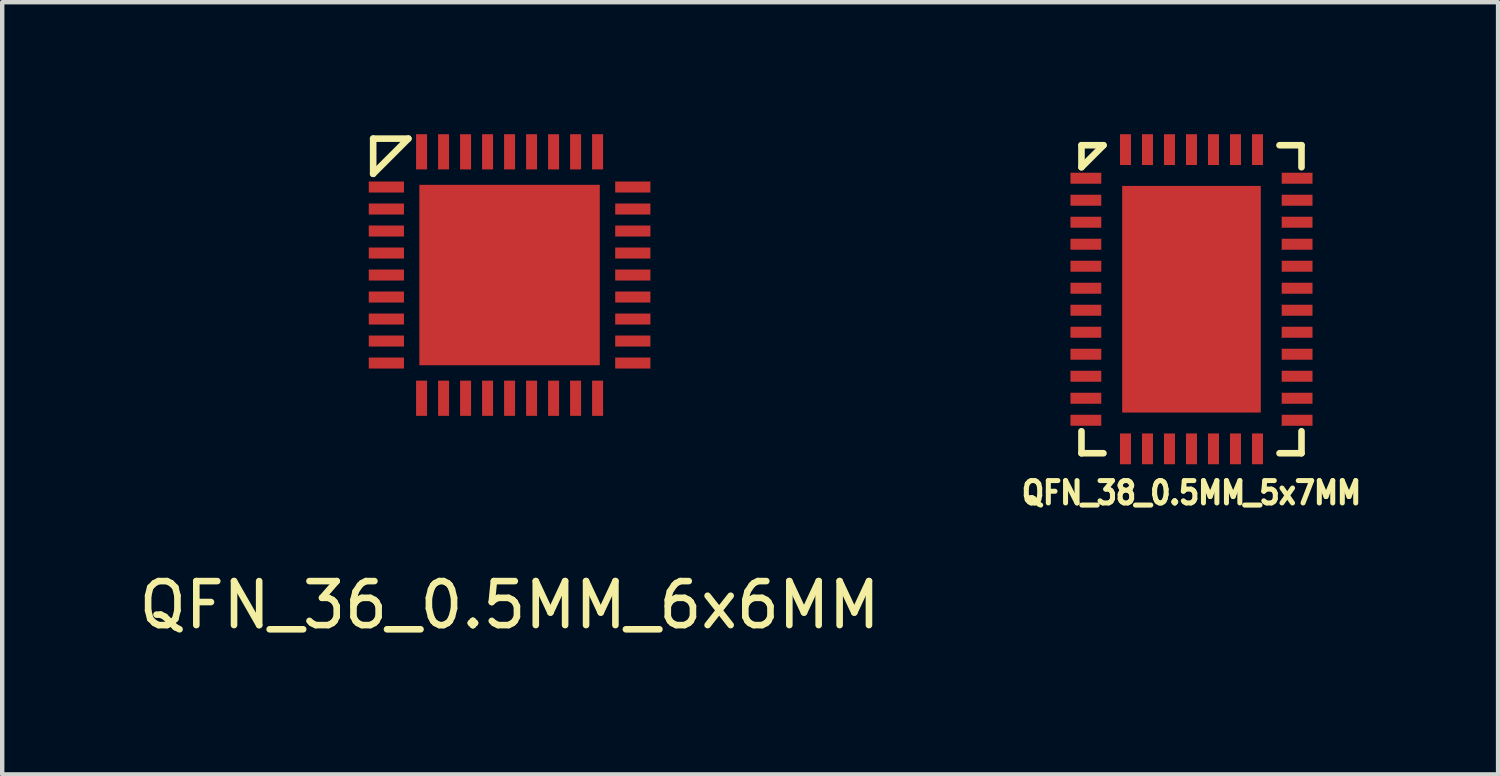
<source format=kicad_pcb>
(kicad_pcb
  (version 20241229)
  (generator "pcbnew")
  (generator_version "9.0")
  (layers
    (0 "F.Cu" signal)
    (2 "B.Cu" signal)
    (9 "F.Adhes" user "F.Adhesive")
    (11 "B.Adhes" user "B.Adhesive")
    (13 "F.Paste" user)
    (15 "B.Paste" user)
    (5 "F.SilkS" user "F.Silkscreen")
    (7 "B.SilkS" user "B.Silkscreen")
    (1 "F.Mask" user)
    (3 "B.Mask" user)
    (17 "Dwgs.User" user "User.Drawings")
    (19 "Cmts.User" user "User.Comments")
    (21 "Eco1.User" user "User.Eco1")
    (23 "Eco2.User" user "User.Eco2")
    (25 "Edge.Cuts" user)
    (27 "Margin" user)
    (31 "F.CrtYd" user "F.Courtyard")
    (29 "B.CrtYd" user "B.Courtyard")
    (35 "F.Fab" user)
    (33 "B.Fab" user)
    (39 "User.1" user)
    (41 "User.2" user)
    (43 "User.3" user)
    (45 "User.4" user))
  (footprint "QFN_36_0.5MM_6x6MM"
    (layer "F.Cu")
    (at 8.53 3.2)
    (property "Reference" "QFN_36_0.5MM_6x6MM" (at 0 7.5 0) (unlocked yes) (layer "F.SilkS") (effects (font (size 1 1) (thickness 0.15))))
    (attr smd)
    (fp_line (start -3.1 -3.1) (end -3.1 -2.3) (stroke (width 0.15) (type solid)) (layer "F.SilkS"))
    (fp_line (start -3.1 -2.3) (end -2.3 -3.1) (stroke (width 0.15) (type solid)) (layer "F.SilkS"))
    (fp_line (start -2.3 -3.1) (end -3.1 -3.1) (stroke (width 0.15) (type solid)) (layer "F.SilkS"))
    (pad "" smd rect (at -1.25 -1.25) (size 0.75 0.75) (layers "F.Paste"))
    (pad "" smd rect (at -1.25 0) (size 0.75 0.75) (layers "F.Paste"))
    (pad "" smd rect (at -1.25 1.25) (size 0.75 0.75) (layers "F.Paste"))
    (pad "" smd rect (at 0 -1.25) (size 0.75 0.75) (layers "F.Paste"))
    (pad "" smd rect (at 0 0) (size 0.75 0.75) (layers "F.Paste"))
    (pad "" smd rect (at 0 1.25) (size 0.75 0.75) (layers "F.Paste"))
    (pad "" smd rect (at 1.25 -1.25) (size 0.75 0.75) (layers "F.Paste"))
    (pad "" smd rect (at 1.25 0) (size 0.75 0.75) (layers "F.Paste"))
    (pad "" smd rect (at 1.25 1.25) (size 0.75 0.75) (layers "F.Paste"))
    (pad "1" smd rect (at -2.8 -2 270) (size 0.25 0.8) (layers "F.Cu" "F.Mask" "F.Paste"))
    (pad "2" smd rect (at -2.8 -1.5 270) (size 0.25 0.8) (layers "F.Cu" "F.Mask" "F.Paste"))
    (pad "3" smd rect (at -2.8 -1 270) (size 0.25 0.8) (layers "F.Cu" "F.Mask" "F.Paste"))
    (pad "4" smd rect (at -2.8 -0.5 270) (size 0.25 0.8) (layers "F.Cu" "F.Mask" "F.Paste"))
    (pad "5" smd rect (at -2.8 0 270) (size 0.25 0.8) (layers "F.Cu" "F.Mask" "F.Paste"))
    (pad "6" smd rect (at -2.8 0.5 270) (size 0.25 0.8) (layers "F.Cu" "F.Mask" "F.Paste"))
    (pad "7" smd rect (at -2.8 1 270) (size 0.25 0.8) (layers "F.Cu" "F.Mask" "F.Paste"))
    (pad "8" smd rect (at -2.8 1.5 270) (size 0.25 0.8) (layers "F.Cu" "F.Mask" "F.Paste"))
    (pad "9" smd rect (at -2.8 2 270) (size 0.25 0.8) (layers "F.Cu" "F.Mask" "F.Paste"))
    (pad "10" smd rect (at -2 2.8) (size 0.25 0.8) (layers "F.Cu" "F.Mask" "F.Paste"))
    (pad "11" smd rect (at -1.5 2.8) (size 0.25 0.8) (layers "F.Cu" "F.Mask" "F.Paste"))
    (pad "12" smd rect (at -1 2.8) (size 0.25 0.8) (layers "F.Cu" "F.Mask" "F.Paste"))
    (pad "13" smd rect (at -0.5 2.8) (size 0.25 0.8) (layers "F.Cu" "F.Mask" "F.Paste"))
    (pad "14" smd rect (at 0 2.8) (size 0.25 0.8) (layers "F.Cu" "F.Mask" "F.Paste"))
    (pad "15" smd rect (at 0.5 2.8) (size 0.25 0.8) (layers "F.Cu" "F.Mask" "F.Paste"))
    (pad "16" smd rect (at 1 2.8) (size 0.25 0.8) (layers "F.Cu" "F.Mask" "F.Paste"))
    (pad "17" smd rect (at 1.5 2.8) (size 0.25 0.8) (layers "F.Cu" "F.Mask" "F.Paste"))
    (pad "18" smd rect (at 2 2.8) (size 0.25 0.8) (layers "F.Cu" "F.Mask" "F.Paste"))
    (pad "19" smd rect (at 2.8 2 90) (size 0.25 0.8) (layers "F.Cu" "F.Mask" "F.Paste"))
    (pad "20" smd rect (at 2.8 1.5 90) (size 0.25 0.8) (layers "F.Cu" "F.Mask" "F.Paste"))
    (pad "21" smd rect (at 2.8 1 90) (size 0.25 0.8) (layers "F.Cu" "F.Mask" "F.Paste"))
    (pad "22" smd rect (at 2.8 0.5 90) (size 0.25 0.8) (layers "F.Cu" "F.Mask" "F.Paste"))
    (pad "23" smd rect (at 2.8 0 90) (size 0.25 0.8) (layers "F.Cu" "F.Mask" "F.Paste"))
    (pad "24" smd rect (at 2.8 -0.5 90) (size 0.25 0.8) (layers "F.Cu" "F.Mask" "F.Paste"))
    (pad "25" smd rect (at 2.8 -1 90) (size 0.25 0.8) (layers "F.Cu" "F.Mask" "F.Paste"))
    (pad "26" smd rect (at 2.8 -1.5 90) (size 0.25 0.8) (layers "F.Cu" "F.Mask" "F.Paste"))
    (pad "27" smd rect (at 2.8 -2 90) (size 0.25 0.8) (layers "F.Cu" "F.Mask" "F.Paste"))
    (pad "28" smd rect (at 2 -2.8 180) (size 0.25 0.8) (layers "F.Cu" "F.Mask" "F.Paste"))
    (pad "29" smd rect (at 1.5 -2.8 180) (size 0.25 0.8) (layers "F.Cu" "F.Mask" "F.Paste"))
    (pad "30" smd rect (at 1 -2.8 180) (size 0.25 0.8) (layers "F.Cu" "F.Mask" "F.Paste"))
    (pad "31" smd rect (at 0.5 -2.8 180) (size 0.25 0.8) (layers "F.Cu" "F.Mask" "F.Paste"))
    (pad "32" smd rect (at 0 -2.8 180) (size 0.25 0.8) (layers "F.Cu" "F.Mask" "F.Paste"))
    (pad "33" smd rect (at -0.5 -2.8 180) (size 0.25 0.8) (layers "F.Cu" "F.Mask" "F.Paste"))
    (pad "34" smd rect (at -1 -2.8 180) (size 0.25 0.8) (layers "F.Cu" "F.Mask" "F.Paste"))
    (pad "35" smd rect (at -1.5 -2.8 180) (size 0.25 0.8) (layers "F.Cu" "F.Mask" "F.Paste"))
    (pad "36" smd rect (at -2 -2.8 180) (size 0.25 0.8) (layers "F.Cu" "F.Mask" "F.Paste"))
    (pad "PAD" smd rect (at 0 0) (size 4.1 4.1) (layers "F.Cu" "F.Mask")))
  (footprint "QFN_38_0.5MM_5x7MM"
    (layer "F.Cu")
    (at 24.026 3.75)
    (property "Reference" "QFN_38_0.5MM_5x7MM" (at 0 4.4 0) (layer "F.SilkS") (effects (font (size 0.508 0.457) (thickness 0.114))))
    (attr through_hole)
    (fp_line (start -2.5 -3.5) (end -2.5 -3) (stroke (width 0.15) (type solid)) (layer "F.SilkS"))
    (fp_line (start -2.5 -3) (end -2 -3.5) (stroke (width 0.15) (type solid)) (layer "F.SilkS"))
    (fp_line (start -2.5 3) (end -2.5 3.5) (stroke (width 0.15) (type solid)) (layer "F.SilkS"))
    (fp_line (start -2.5 3.5) (end -2 3.5) (stroke (width 0.15) (type solid)) (layer "F.SilkS"))
    (fp_line (start -2 -3.5) (end -2.5 -3.5) (stroke (width 0.15) (type solid)) (layer "F.SilkS"))
    (fp_line (start 2 3.5) (end 2.5 3.5) (stroke (width 0.15) (type solid)) (layer "F.SilkS"))
    (fp_line (start 2.5 -3.5) (end 2 -3.5) (stroke (width 0.15) (type solid)) (layer "F.SilkS"))
    (fp_line (start 2.5 -3) (end 2.5 -3.5) (stroke (width 0.15) (type solid)) (layer "F.SilkS"))
    (fp_line (start 2.5 3.5) (end 2.5 3) (stroke (width 0.15) (type solid)) (layer "F.SilkS"))
    (pad "" smd rect (at -1 -2 270) (size 0.65 0.65) (layers "F.Paste"))
    (pad "" smd rect (at -1 -1 270) (size 0.65 0.65) (layers "F.Paste"))
    (pad "" smd rect (at -1 0 270) (size 0.65 0.65) (layers "F.Paste"))
    (pad "" smd rect (at -1 1 270) (size 0.65 0.65) (layers "F.Paste"))
    (pad "" smd rect (at -1 2 270) (size 0.65 0.65) (layers "F.Paste"))
    (pad "" smd rect (at 0 -2 270) (size 0.65 0.65) (layers "F.Paste"))
    (pad "" smd rect (at 0 -1 270) (size 0.65 0.65) (layers "F.Paste"))
    (pad "" smd rect (at 0 0 270) (size 0.65 0.65) (layers "F.Paste"))
    (pad "" smd rect (at 0 1 270) (size 0.65 0.65) (layers "F.Paste"))
    (pad "" smd rect (at 0 2 270) (size 0.65 0.65) (layers "F.Paste"))
    (pad "" smd rect (at 1 -2 270) (size 0.65 0.65) (layers "F.Paste"))
    (pad "" smd rect (at 1 -1 270) (size 0.65 0.65) (layers "F.Paste"))
    (pad "" smd rect (at 1 0 270) (size 0.65 0.65) (layers "F.Paste"))
    (pad "" smd rect (at 1 1 270) (size 0.65 0.65) (layers "F.Paste"))
    (pad "" smd rect (at 1 2 270) (size 0.65 0.65) (layers "F.Paste"))
    (pad "1" smd rect (at -2.4 -2.75 90) (size 0.25 0.7) (layers "F.Cu" "F.Mask" "F.Paste"))
    (pad "2" smd rect (at -2.4 -2.25 90) (size 0.25 0.7) (layers "F.Cu" "F.Mask" "F.Paste"))
    (pad "3" smd rect (at -2.4 -1.75 90) (size 0.25 0.7) (layers "F.Cu" "F.Mask" "F.Paste"))
    (pad "4" smd rect (at -2.4 -1.25 90) (size 0.25 0.7) (layers "F.Cu" "F.Mask" "F.Paste"))
    (pad "5" smd rect (at -2.4 -0.75 90) (size 0.25 0.7) (layers "F.Cu" "F.Mask" "F.Paste"))
    (pad "6" smd rect (at -2.4 -0.25 90) (size 0.25 0.7) (layers "F.Cu" "F.Mask" "F.Paste"))
    (pad "7" smd rect (at -2.4 0.25 90) (size 0.25 0.7) (layers "F.Cu" "F.Mask" "F.Paste"))
    (pad "8" smd rect (at -2.4 0.75 90) (size 0.25 0.7) (layers "F.Cu" "F.Mask" "F.Paste"))
    (pad "9" smd rect (at -2.4 1.25 90) (size 0.25 0.7) (layers "F.Cu" "F.Mask" "F.Paste"))
    (pad "10" smd rect (at -2.4 1.75 90) (size 0.25 0.7) (layers "F.Cu" "F.Mask" "F.Paste"))
    (pad "11" smd rect (at -2.4 2.25 90) (size 0.25 0.7) (layers "F.Cu" "F.Mask" "F.Paste"))
    (pad "12" smd rect (at -2.4 2.75 90) (size 0.25 0.7) (layers "F.Cu" "F.Mask" "F.Paste"))
    (pad "13" smd rect (at -1.5 3.4) (size 0.25 0.7) (layers "F.Cu" "F.Mask" "F.Paste"))
    (pad "14" smd rect (at -1 3.4) (size 0.25 0.7) (layers "F.Cu" "F.Mask" "F.Paste"))
    (pad "15" smd rect (at -0.5 3.4) (size 0.25 0.7) (layers "F.Cu" "F.Mask" "F.Paste"))
    (pad "16" smd rect (at 0 3.4) (size 0.25 0.7) (layers "F.Cu" "F.Mask" "F.Paste"))
    (pad "17" smd rect (at 0.5 3.4) (size 0.25 0.7) (layers "F.Cu" "F.Mask" "F.Paste"))
    (pad "18" smd rect (at 1 3.4) (size 0.25 0.7) (layers "F.Cu" "F.Mask" "F.Paste"))
    (pad "19" smd rect (at 1.5 3.4) (size 0.25 0.7) (layers "F.Cu" "F.Mask" "F.Paste"))
    (pad "20" smd rect (at 2.4 2.75 270) (size 0.25 0.7) (layers "F.Cu" "F.Mask" "F.Paste"))
    (pad "21" smd rect (at 2.4 2.25 270) (size 0.25 0.7) (layers "F.Cu" "F.Mask" "F.Paste"))
    (pad "22" smd rect (at 2.4 1.75 270) (size 0.25 0.7) (layers "F.Cu" "F.Mask" "F.Paste"))
    (pad "23" smd rect (at 2.4 1.25 270) (size 0.25 0.7) (layers "F.Cu" "F.Mask" "F.Paste"))
    (pad "24" smd rect (at 2.4 0.75 270) (size 0.25 0.7) (layers "F.Cu" "F.Mask" "F.Paste"))
    (pad "25" smd rect (at 2.4 0.25 270) (size 0.25 0.7) (layers "F.Cu" "F.Mask" "F.Paste"))
    (pad "26" smd rect (at 2.4 -0.25 270) (size 0.25 0.7) (layers "F.Cu" "F.Mask" "F.Paste"))
    (pad "27" smd rect (at 2.4 -0.75 270) (size 0.25 0.7) (layers "F.Cu" "F.Mask" "F.Paste"))
    (pad "28" smd rect (at 2.4 -1.25 270) (size 0.25 0.7) (layers "F.Cu" "F.Mask" "F.Paste"))
    (pad "29" smd rect (at 2.4 -1.75 270) (size 0.25 0.7) (layers "F.Cu" "F.Mask" "F.Paste"))
    (pad "30" smd rect (at 2.4 -2.25 270) (size 0.25 0.7) (layers "F.Cu" "F.Mask" "F.Paste"))
    (pad "31" smd rect (at 2.4 -2.75 270) (size 0.25 0.7) (layers "F.Cu" "F.Mask" "F.Paste"))
    (pad "32" smd rect (at 1.5 -3.4 180) (size 0.25 0.7) (layers "F.Cu" "F.Mask" "F.Paste"))
    (pad "33" smd rect (at 1 -3.4 180) (size 0.25 0.7) (layers "F.Cu" "F.Mask" "F.Paste"))
    (pad "34" smd rect (at 0.5 -3.4 180) (size 0.25 0.7) (layers "F.Cu" "F.Mask" "F.Paste"))
    (pad "35" smd rect (at 0 -3.4 180) (size 0.25 0.7) (layers "F.Cu" "F.Mask" "F.Paste"))
    (pad "36" smd rect (at -0.5 -3.4 180) (size 0.25 0.7) (layers "F.Cu" "F.Mask" "F.Paste"))
    (pad "37" smd rect (at -1 -3.4 180) (size 0.25 0.7) (layers "F.Cu" "F.Mask" "F.Paste"))
    (pad "38" smd rect (at -1.5 -3.4 180) (size 0.25 0.7) (layers "F.Cu" "F.Mask" "F.Paste"))
    (pad "PAD" smd rect (at 0 0 270) (size 5.15 3.15) (layers "F.Cu" "F.Mask")))
  (gr_rect
    (start -3 -3)
    (end 30.993 14.548)
    (stroke (width 0.1) (type default))
    (fill no)
    (layer "Edge.Cuts")))
</source>
